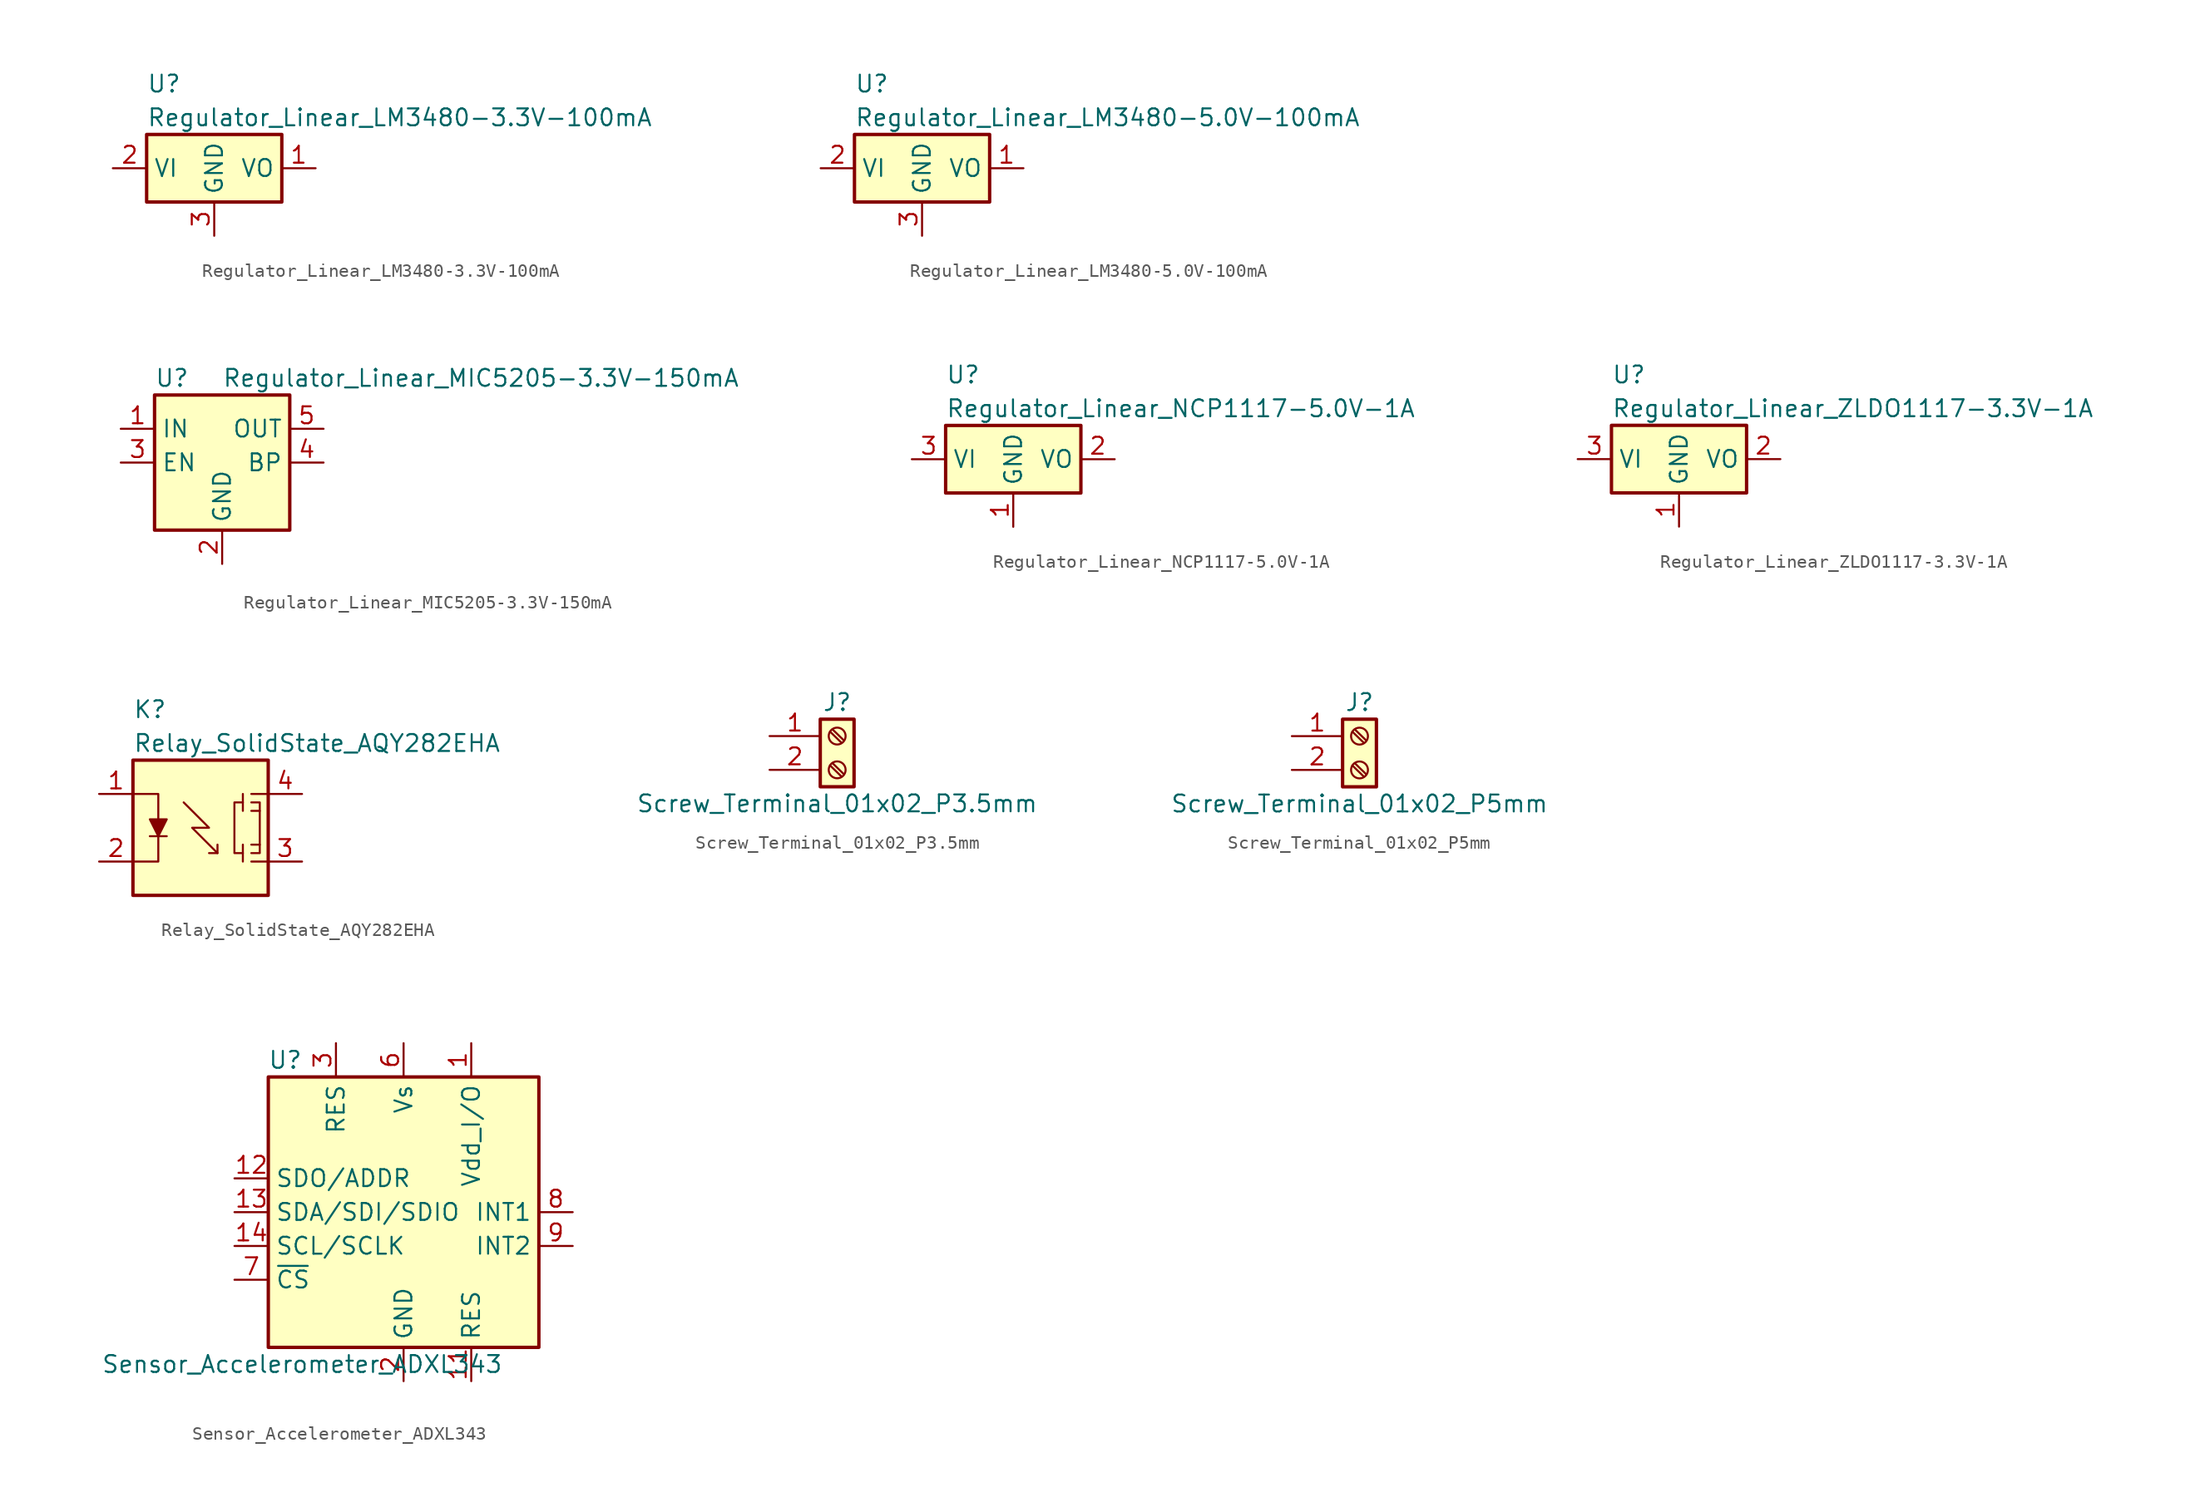
<source format=kicad_sym>
(kicad_symbol_lib
  (version 20211014)
  (generator kicad_symbol_editor)
  (symbol "Regulator_Linear_LM3480-3.3V-100mA"
    (property "Reference" "U"
      (at -5.08 6.35 0)
      (effects (font (size 1.27 1.27)) (justify left)))
    (property "Value" "Regulator_Linear_LM3480-3.3V-100mA"
      (at -5.08 3.81 0)
      (effects (font (size 1.27 1.27)) (justify left)))
    (symbol "Regulator_Linear_LM3480-3.3V-100mA_0_1"
      (rectangle (start -5.08 2.54) (end 5.08 -2.54) (stroke (width 0.254) (type default) (color 0 0 0 0)) (fill (type background))))
    (symbol "Regulator_Linear_LM3480-3.3V-100mA_1_1"
      (pin power_out line (at 7.62 0 180) (length 2.54) (name "VO" (effects (font (size 1.27 1.27)))) (number "1" (effects (font (size 1.27 1.27)))))
      (pin power_in line (at -7.62 0 0) (length 2.54) (name "VI" (effects (font (size 1.27 1.27)))) (number "2" (effects (font (size 1.27 1.27)))))
      (pin power_in line (at 0 -5.08 90) (length 2.54) (name "GND" (effects (font (size 1.27 1.27)))) (number "3" (effects (font (size 1.27 1.27)))))))
  (symbol "Regulator_Linear_LM3480-5.0V-100mA"
    (property "Reference" "U"
      (at -5.08 6.35 0)
      (effects (font (size 1.27 1.27)) (justify left)))
    (property "Value" "Regulator_Linear_LM3480-5.0V-100mA"
      (at -5.08 3.81 0)
      (effects (font (size 1.27 1.27)) (justify left)))
    (symbol "Regulator_Linear_LM3480-5.0V-100mA_0_1"
      (rectangle (start -5.08 2.54) (end 5.08 -2.54) (stroke (width 0.254) (type default) (color 0 0 0 0)) (fill (type background))))
    (symbol "Regulator_Linear_LM3480-5.0V-100mA_1_1"
      (pin power_out line (at 7.62 0 180) (length 2.54) (name "VO" (effects (font (size 1.27 1.27)))) (number "1" (effects (font (size 1.27 1.27)))))
      (pin power_in line (at -7.62 0 0) (length 2.54) (name "VI" (effects (font (size 1.27 1.27)))) (number "2" (effects (font (size 1.27 1.27)))))
      (pin power_in line (at 0 -5.08 90) (length 2.54) (name "GND" (effects (font (size 1.27 1.27)))) (number "3" (effects (font (size 1.27 1.27)))))))
  (symbol "Regulator_Linear_MIC5205-3.3V-150mA"
    (property "Reference" "U"
      (at -5.08 6.35 0)
      (effects (font (size 1.27 1.27)) (justify left)))
    (property "Value" "Regulator_Linear_MIC5205-3.3V-150mA"
      (at 0 6.35 0)
      (effects (font (size 1.27 1.27)) (justify left)))
    (symbol "Regulator_Linear_MIC5205-3.3V-150mA_0_1"
      (rectangle (start -5.08 5.08) (end 5.08 -5.08) (stroke (width 0.254) (type default) (color 0 0 0 0)) (fill (type background))))
    (symbol "Regulator_Linear_MIC5205-3.3V-150mA_1_1"
      (pin power_in line (at -7.62 2.54 0) (length 2.54) (name "IN" (effects (font (size 1.27 1.27)))) (number "1" (effects (font (size 1.27 1.27)))))
      (pin power_in line (at 0 -7.62 90) (length 2.54) (name "GND" (effects (font (size 1.27 1.27)))) (number "2" (effects (font (size 1.27 1.27)))))
      (pin input line (at -7.62 0 0) (length 2.54) (name "EN" (effects (font (size 1.27 1.27)))) (number "3" (effects (font (size 1.27 1.27)))))
      (pin input line (at 7.62 0 180) (length 2.54) (name "BP" (effects (font (size 1.27 1.27)))) (number "4" (effects (font (size 1.27 1.27)))))
      (pin power_out line (at 7.62 2.54 180) (length 2.54) (name "OUT" (effects (font (size 1.27 1.27)))) (number "5" (effects (font (size 1.27 1.27)))))))
  (symbol "Regulator_Linear_NCP1117-5.0V-1A"
    (property "Reference" "U"
      (at -5.08 6.35 0)
      (effects (font (size 1.27 1.27)) (justify left)))
    (property "Value" "Regulator_Linear_NCP1117-5.0V-1A"
      (at -5.08 3.81 0)
      (effects (font (size 1.27 1.27)) (justify left)))
    (symbol "Regulator_Linear_NCP1117-5.0V-1A_0_1"
      (rectangle (start -5.08 2.54) (end 5.08 -2.54) (stroke (width 0.254) (type default) (color 0 0 0 0)) (fill (type background))))
    (symbol "Regulator_Linear_NCP1117-5.0V-1A_1_1"
      (pin power_in line (at 0 -5.08 90) (length 2.54) (name "GND" (effects (font (size 1.27 1.27)))) (number "1" (effects (font (size 1.27 1.27)))))
      (pin power_out line (at 7.62 0 180) (length 2.54) (name "VO" (effects (font (size 1.27 1.27)))) (number "2" (effects (font (size 1.27 1.27)))))
      (pin power_in line (at -7.62 0 0) (length 2.54) (name "VI" (effects (font (size 1.27 1.27)))) (number "3" (effects (font (size 1.27 1.27)))))))
  (symbol "Regulator_Linear_ZLDO1117-3.3V-1A"
    (property "Reference" "U"
      (at -5.08 6.35 0)
      (effects (font (size 1.27 1.27)) (justify left)))
    (property "Value" "Regulator_Linear_ZLDO1117-3.3V-1A"
      (at -5.08 3.81 0)
      (effects (font (size 1.27 1.27)) (justify left)))
    (symbol "Regulator_Linear_ZLDO1117-3.3V-1A_0_1"
      (rectangle (start -5.08 2.54) (end 5.08 -2.54) (stroke (width 0.254) (type default) (color 0 0 0 0)) (fill (type background))))
    (symbol "Regulator_Linear_ZLDO1117-3.3V-1A_1_1"
      (pin power_in line (at 0 -5.08 90) (length 2.54) (name "GND" (effects (font (size 1.27 1.27)))) (number "1" (effects (font (size 1.27 1.27)))))
      (pin power_out line (at 7.62 0 180) (length 2.54) (name "VO" (effects (font (size 1.27 1.27)))) (number "2" (effects (font (size 1.27 1.27)))))
      (pin power_in line (at -7.62 0 0) (length 2.54) (name "VI" (effects (font (size 1.27 1.27)))) (number "3" (effects (font (size 1.27 1.27)))))))
  (symbol "Relay_SolidState_AQY282EHA"
    (property "Reference" "K"
      (at -5.08 8.89 0)
      (effects (font (size 1.27 1.27)) (justify left)))
    (property "Value" "Relay_SolidState_AQY282EHA"
      (at -5.08 6.35 0)
      (effects (font (size 1.27 1.27)) (justify left)))
    (symbol "Relay_SolidState_AQY282EHA_0_1"
      (rectangle (start -5.08 5.08) (end 5.08 -5.08) (stroke (width 0.254) (type default) (color 0 0 0 0)) (fill (type background)))
      (polyline (pts (xy -3.81 -0.635) (xy -2.54 -0.635)) (stroke (width 0) (type default) (color 0 0 0 0)) (fill (type none)))
      (polyline (pts (xy 3.175 -2.54) (xy 3.175 -1.27)) (stroke (width 0) (type default) (color 0 0 0 0)) (fill (type none)))
      (polyline (pts (xy 3.175 2.54) (xy 3.175 1.27)) (stroke (width 0) (type default) (color 0 0 0 0)) (fill (type none)))
      (polyline (pts (xy 4.445 -1.27) (xy 3.81 -1.27)) (stroke (width 0) (type default) (color 0 0 0 0)) (fill (type none)))
      (polyline (pts (xy 4.445 1.27) (xy 3.81 1.27)) (stroke (width 0) (type default) (color 0 0 0 0)) (fill (type none)))
      (polyline (pts (xy 5.08 -2.54) (xy 3.81 -2.54)) (stroke (width 0) (type default) (color 0 0 0 0)) (fill (type none)))
      (polyline (pts (xy 5.08 2.54) (xy 3.81 2.54)) (stroke (width 0) (type default) (color 0 0 0 0)) (fill (type none)))
      (polyline (pts (xy -5.08 2.54) (xy -3.175 2.54) (xy -3.175 0.635)) (stroke (width 0) (type default) (color 0 0 0 0)) (fill (type none)))
      (polyline (pts (xy -3.175 -0.635) (xy -3.175 -2.54) (xy -5.08 -2.54)) (stroke (width 0) (type default) (color 0 0 0 0)) (fill (type none)))
      (polyline (pts (xy 1.27 -1.27) (xy 1.27 -1.905) (xy 0.635 -1.905)) (stroke (width 0) (type default) (color 0 0 0 0)) (fill (type none)))
      (polyline (pts (xy -3.175 -0.635) (xy -3.81 0.635) (xy -2.54 0.635) (xy -3.175 -0.635)) (stroke (width 0) (type default) (color 0 0 0 0)) (fill (type outline)))
      (polyline (pts (xy -1.27 1.905) (xy 0.635 0) (xy -0.635 0) (xy 1.27 -1.905)) (stroke (width 0) (type default) (color 0 0 0 0)) (fill (type none)))
      (polyline (pts (xy 3.175 1.905) (xy 2.54 1.905) (xy 2.54 -1.905) (xy 3.175 -1.905)) (stroke (width 0) (type default) (color 0 0 0 0)) (fill (type none)))
      (polyline (pts (xy 3.81 -1.905) (xy 4.445 -1.905) (xy 4.445 1.905) (xy 3.81 1.905)) (stroke (width 0) (type default) (color 0 0 0 0)) (fill (type none))))
    (symbol "Relay_SolidState_AQY282EHA_1_1"
      (pin input line (at -7.62 2.54 0) (length 2.54) (name "" (effects (font (size 1.27 1.27)))) (number "1" (effects (font (size 1.27 1.27)))))
      (pin passive line (at -7.62 -2.54 0) (length 2.54) (name "" (effects (font (size 1.27 1.27)))) (number "2" (effects (font (size 1.27 1.27)))))
      (pin passive line (at 7.62 -2.54 180) (length 2.54) (name "" (effects (font (size 1.27 1.27)))) (number "3" (effects (font (size 1.27 1.27)))))
      (pin passive line (at 7.62 2.54 180) (length 2.54) (name "" (effects (font (size 1.27 1.27)))) (number "4" (effects (font (size 1.27 1.27)))))))
  (symbol "Screw_Terminal_01x02_P3.5mm"
    (pin_names
      (offset 1.016) hide)
    (property "Reference" "J"
      (at 0 3.81 0)
      (effects (font (size 1.27 1.27))))
    (property "Value" "Screw_Terminal_01x02_P3.5mm"
      (at 0 -3.81 0)
      (effects (font (size 1.27 1.27))))
    (symbol "Screw_Terminal_01x02_P3.5mm_1_1"
      (rectangle (start -1.27 2.54) (end 1.27 -2.54) (stroke (width 0.254) (type default) (color 0 0 0 0)) (fill (type background)))
      (circle (center 0 -1.27) (radius 0.635) (stroke (width 0.152) (type default) (color 0 0 0 0)) (fill (type none)))
      (polyline (pts (xy -0.533 -0.94) (xy 0.33 -1.778)) (stroke (width 0.152) (type default) (color 0 0 0 0)) (fill (type none)))
      (polyline (pts (xy -0.533 1.6) (xy 0.33 0.762)) (stroke (width 0.152) (type default) (color 0 0 0 0)) (fill (type none)))
      (polyline (pts (xy -0.356 -0.762) (xy 0.508 -1.6)) (stroke (width 0.152) (type default) (color 0 0 0 0)) (fill (type none)))
      (polyline (pts (xy -0.356 1.778) (xy 0.508 0.94)) (stroke (width 0.152) (type default) (color 0 0 0 0)) (fill (type none)))
      (circle (center 0 1.27) (radius 0.635) (stroke (width 0.152) (type default) (color 0 0 0 0)) (fill (type none)))
      (pin passive line (at -5.08 1.27 0) (length 3.81) (name "Pin_1" (effects (font (size 1.27 1.27)))) (number "1" (effects (font (size 1.27 1.27)))))
      (pin passive line (at -5.08 -1.27 0) (length 3.81) (name "Pin_2" (effects (font (size 1.27 1.27)))) (number "2" (effects (font (size 1.27 1.27)))))))
  (symbol "Screw_Terminal_01x02_P5mm"
    (pin_names
      (offset 1.016) hide)
    (property "Reference" "J"
      (at 0 3.81 0)
      (effects (font (size 1.27 1.27))))
    (property "Value" "Screw_Terminal_01x02_P5mm"
      (at 0 -3.81 0)
      (effects (font (size 1.27 1.27))))
    (symbol "Screw_Terminal_01x02_P5mm_1_1"
      (rectangle (start -1.27 2.54) (end 1.27 -2.54) (stroke (width 0.254) (type default) (color 0 0 0 0)) (fill (type background)))
      (circle (center 0 -1.27) (radius 0.635) (stroke (width 0.152) (type default) (color 0 0 0 0)) (fill (type none)))
      (polyline (pts (xy -0.533 -0.94) (xy 0.33 -1.778)) (stroke (width 0.152) (type default) (color 0 0 0 0)) (fill (type none)))
      (polyline (pts (xy -0.533 1.6) (xy 0.33 0.762)) (stroke (width 0.152) (type default) (color 0 0 0 0)) (fill (type none)))
      (polyline (pts (xy -0.356 -0.762) (xy 0.508 -1.6)) (stroke (width 0.152) (type default) (color 0 0 0 0)) (fill (type none)))
      (polyline (pts (xy -0.356 1.778) (xy 0.508 0.94)) (stroke (width 0.152) (type default) (color 0 0 0 0)) (fill (type none)))
      (circle (center 0 1.27) (radius 0.635) (stroke (width 0.152) (type default) (color 0 0 0 0)) (fill (type none)))
      (pin passive line (at -5.08 1.27 0) (length 3.81) (name "Pin_1" (effects (font (size 1.27 1.27)))) (number "1" (effects (font (size 1.27 1.27)))))
      (pin passive line (at -5.08 -1.27 0) (length 3.81) (name "Pin_2" (effects (font (size 1.27 1.27)))) (number "2" (effects (font (size 1.27 1.27)))))))
  (symbol "Sensor_Accelerometer_ADXL343"
    (property "Reference" "U"
      (at -8.89 11.43 0)
      (effects (font (size 1.27 1.27))))
    (property "Value" "Sensor_Accelerometer_ADXL343"
      (at -7.62 -11.43 0)
      (effects (font (size 1.27 1.27))))
    (symbol "Sensor_Accelerometer_ADXL343_0_1"
      (rectangle (start -10.16 10.16) (end 10.16 -10.16) (stroke (width 0.254) (type default) (color 0 0 0 0)) (fill (type background))))
    (symbol "Sensor_Accelerometer_ADXL343_1_1"
      (pin power_in line (at 5.08 12.7 270) (length 2.54) (name "Vdd_I/O" (effects (font (size 1.27 1.27)))) (number "1" (effects (font (size 1.27 1.27)))))
      (pin no_connect line (at -5.08 -10.16 90) (length 2.54) hide (name "NC" (effects (font (size 1.27 1.27)))) (number "10" (effects (font (size 1.27 1.27)))))
      (pin passive line (at 5.08 -12.7 90) (length 2.54) (name "RES" (effects (font (size 1.27 1.27)))) (number "11" (effects (font (size 1.27 1.27)))))
      (pin bidirectional line (at -12.7 2.54 0) (length 2.54) (name "SDO/ADDR" (effects (font (size 1.27 1.27)))) (number "12" (effects (font (size 1.27 1.27)))))
      (pin bidirectional line (at -12.7 0 0) (length 2.54) (name "SDA/SDI/SDIO" (effects (font (size 1.27 1.27)))) (number "13" (effects (font (size 1.27 1.27)))))
      (pin input line (at -12.7 -2.54 0) (length 2.54) (name "SCL/SCLK" (effects (font (size 1.27 1.27)))) (number "14" (effects (font (size 1.27 1.27)))))
      (pin power_in line (at 0 -12.7 90) (length 2.54) (name "GND" (effects (font (size 1.27 1.27)))) (number "2" (effects (font (size 1.27 1.27)))))
      (pin passive line (at -5.08 12.7 270) (length 2.54) (name "RES" (effects (font (size 1.27 1.27)))) (number "3" (effects (font (size 1.27 1.27)))))
      (pin passive line (at 0 -12.7 90) (length 2.54) hide (name "GND" (effects (font (size 1.27 1.27)))) (number "4" (effects (font (size 1.27 1.27)))))
      (pin passive line (at 0 -12.7 90) (length 2.54) hide (name "GND" (effects (font (size 1.27 1.27)))) (number "5" (effects (font (size 1.27 1.27)))))
      (pin power_in line (at 0 12.7 270) (length 2.54) (name "Vs" (effects (font (size 1.27 1.27)))) (number "6" (effects (font (size 1.27 1.27)))))
      (pin input line (at -12.7 -5.08 0) (length 2.54) (name "~{CS}" (effects (font (size 1.27 1.27)))) (number "7" (effects (font (size 1.27 1.27)))))
      (pin output line (at 12.7 0 180) (length 2.54) (name "INT1" (effects (font (size 1.27 1.27)))) (number "8" (effects (font (size 1.27 1.27)))))
      (pin output line (at 12.7 -2.54 180) (length 2.54) (name "INT2" (effects (font (size 1.27 1.27)))) (number "9" (effects (font (size 1.27 1.27))))))))
</source>
